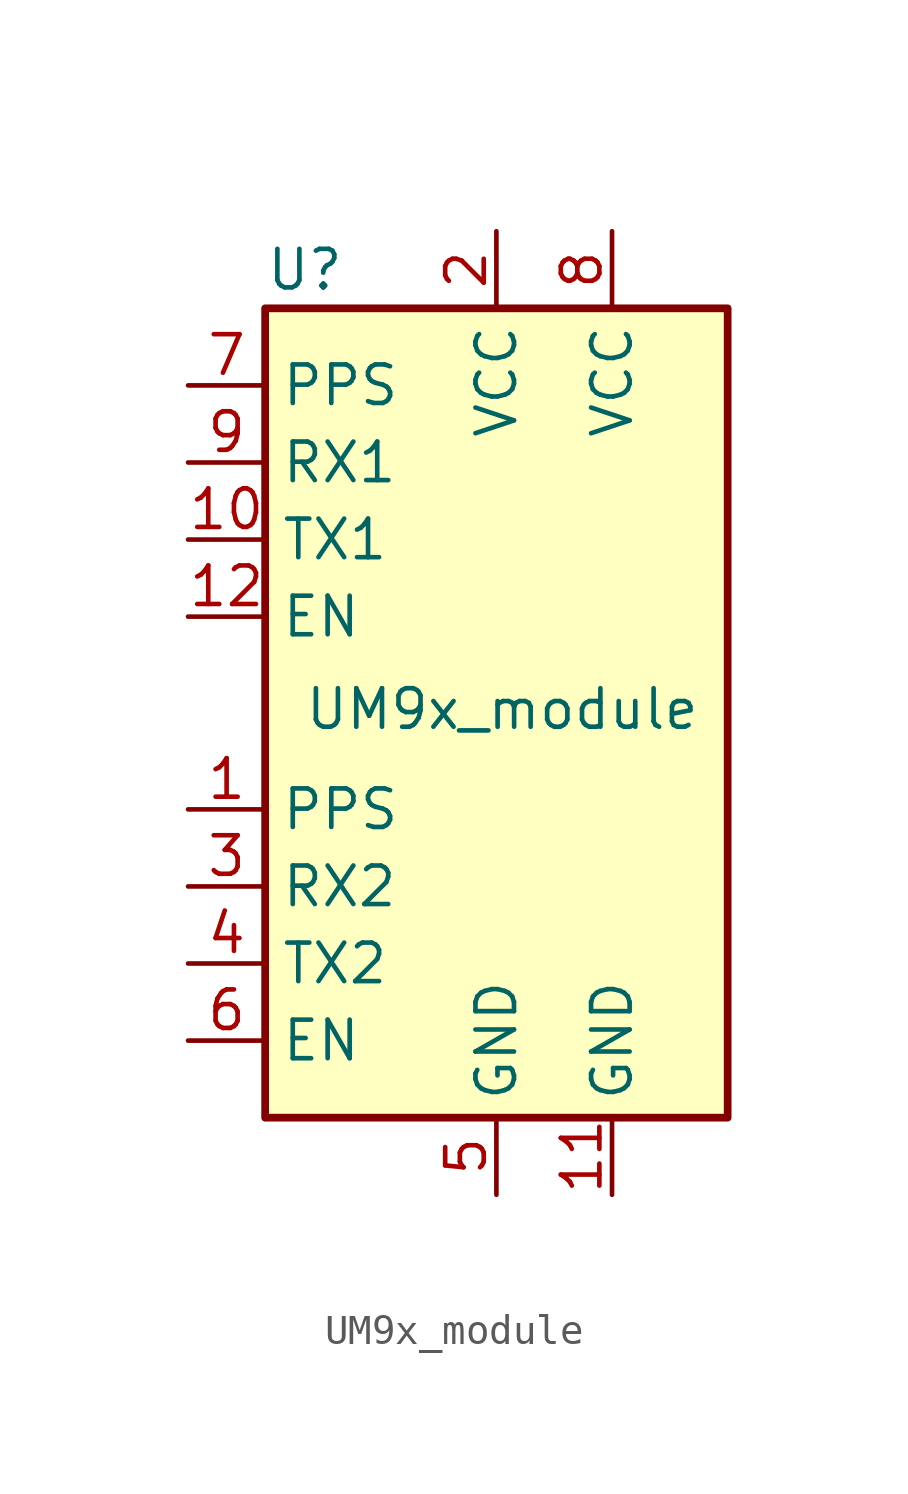
<source format=kicad_sym>
(kicad_symbol_lib
  (version 20231120)
  (generator "kicad_symbol_editor")
  (generator_version "8.0")
  (symbol "UM9x_module"
    (property "Reference" "U"
      (at -7.62 11.43 0)
      (effects (font (size 1.27 1.27)) (justify left)))
    (property "Value" "UM9x_module"
      (at -6.35 -3.048 0)
      (effects (font (size 1.27 1.27)) (justify left)))
    (symbol "UM9x_module_0_1"
      (rectangle (start -7.62 10.16) (end 7.62 -16.51) (stroke (width 0.254) (type default)) (fill (type background))))
    (symbol "UM9x_module_1_1"
      (pin input line (at -10.16 -6.35 0) (length 2.54) (name "PPS" (effects (font (size 1.27 1.27)))) (number "1" (effects (font (size 1.27 1.27)))))
      (pin output line (at -10.16 2.54 0) (length 2.54) (name "TX1" (effects (font (size 1.27 1.27)))) (number "10" (effects (font (size 1.27 1.27)))))
      (pin power_in line (at 3.81 -19.05 90) (length 2.54) (name "GND" (effects (font (size 1.27 1.27)))) (number "11" (effects (font (size 1.27 1.27)))))
      (pin input line (at -10.16 0 0) (length 2.54) (name "EN" (effects (font (size 1.27 1.27)))) (number "12" (effects (font (size 1.27 1.27)))))
      (pin power_in line (at 0 12.7 270) (length 2.54) (name "VCC" (effects (font (size 1.27 1.27)))) (number "2" (effects (font (size 1.27 1.27)))))
      (pin input line (at -10.16 -8.89 0) (length 2.54) (name "RX2" (effects (font (size 1.27 1.27)))) (number "3" (effects (font (size 1.27 1.27)))))
      (pin output line (at -10.16 -11.43 0) (length 2.54) (name "TX2" (effects (font (size 1.27 1.27)))) (number "4" (effects (font (size 1.27 1.27)))))
      (pin power_in line (at 0 -19.05 90) (length 2.54) (name "GND" (effects (font (size 1.27 1.27)))) (number "5" (effects (font (size 1.27 1.27)))))
      (pin input line (at -10.16 -13.97 0) (length 2.54) (name "EN" (effects (font (size 1.27 1.27)))) (number "6" (effects (font (size 1.27 1.27)))))
      (pin input line (at -10.16 7.62 0) (length 2.54) (name "PPS" (effects (font (size 1.27 1.27)))) (number "7" (effects (font (size 1.27 1.27)))))
      (pin power_in line (at 3.81 12.7 270) (length 2.54) (name "VCC" (effects (font (size 1.27 1.27)))) (number "8" (effects (font (size 1.27 1.27)))))
      (pin input line (at -10.16 5.08 0) (length 2.54) (name "RX1" (effects (font (size 1.27 1.27)))) (number "9" (effects (font (size 1.27 1.27))))))))
</source>
